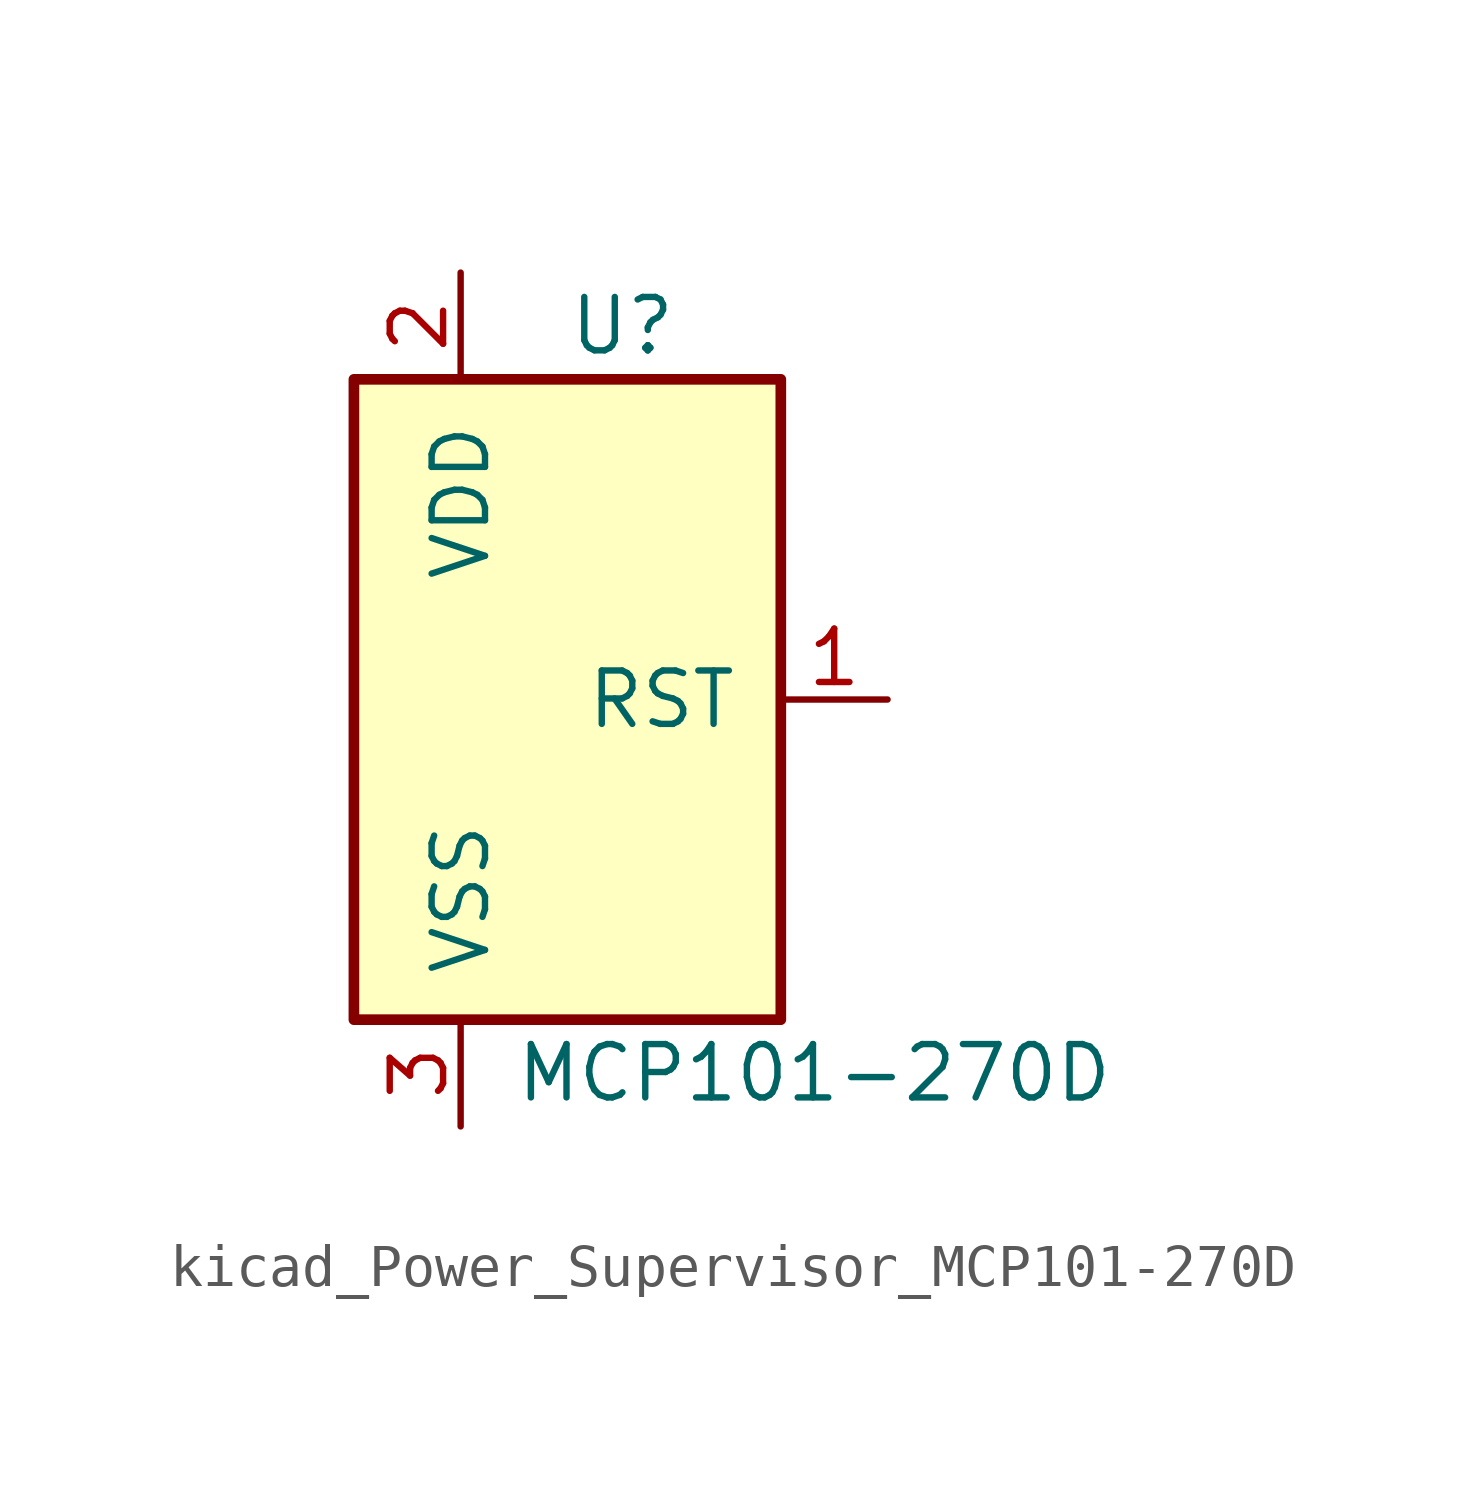
<source format=kicad_sym>
(kicad_symbol_lib
  (version 20220914)
  (generator kicad_symbol_editor)
  (symbol "kicad_Power_Supervisor_MCP101-270D"
    (pin_names
      (offset 1.016))
    (property "Reference" "U"
      (at 0 8.89 0)
      (effects (font (size 1.27 1.27)) (justify left)))
    (property "Value" "MCP101-270D"
      (at -1.27 -8.89 0)
      (effects (font (size 1.27 1.27)) (justify left)))
    (symbol "kicad_Power_Supervisor_MCP101-270D_1_1"
      (rectangle (start -5.08 7.62) (end 5.08 -7.62) (stroke (width 0.254) (type default)) (fill (type background)))
      (pin output line (at 7.62 0 180) (length 2.54) (name "RST" (effects (font (size 1.27 1.27)))) (number "1" (effects (font (size 1.27 1.27)))))
      (pin power_in line (at -2.54 10.16 270) (length 2.54) (name "VDD" (effects (font (size 1.27 1.27)))) (number "2" (effects (font (size 1.27 1.27)))))
      (pin power_in line (at -2.54 -10.16 90) (length 2.54) (name "VSS" (effects (font (size 1.27 1.27)))) (number "3" (effects (font (size 1.27 1.27))))))))
</source>
